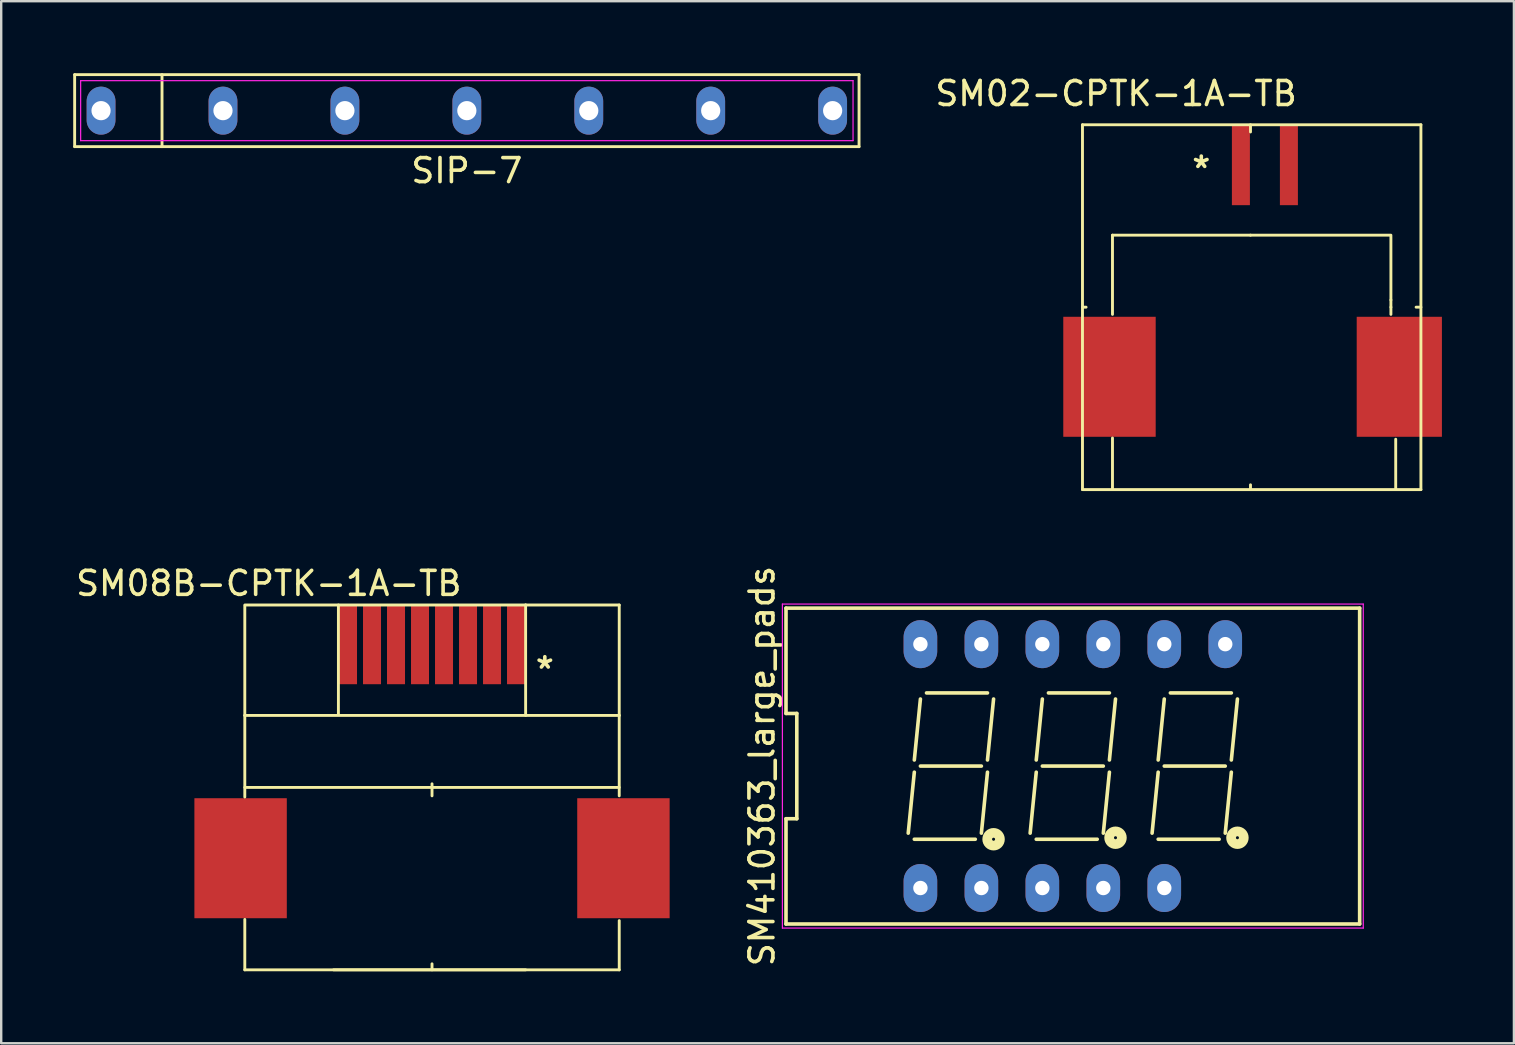
<source format=kicad_pcb>
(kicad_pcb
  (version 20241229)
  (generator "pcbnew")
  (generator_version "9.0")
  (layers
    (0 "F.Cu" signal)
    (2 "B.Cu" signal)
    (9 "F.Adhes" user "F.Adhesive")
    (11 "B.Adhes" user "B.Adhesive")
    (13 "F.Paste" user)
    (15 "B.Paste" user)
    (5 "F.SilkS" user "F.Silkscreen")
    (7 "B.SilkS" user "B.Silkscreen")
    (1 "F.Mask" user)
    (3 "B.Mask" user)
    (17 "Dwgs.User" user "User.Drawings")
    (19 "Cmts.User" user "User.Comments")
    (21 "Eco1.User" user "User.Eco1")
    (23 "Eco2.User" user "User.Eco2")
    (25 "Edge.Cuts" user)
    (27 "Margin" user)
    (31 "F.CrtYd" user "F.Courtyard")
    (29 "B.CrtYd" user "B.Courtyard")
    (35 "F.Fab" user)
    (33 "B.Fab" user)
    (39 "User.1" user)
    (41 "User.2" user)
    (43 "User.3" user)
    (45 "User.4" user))
  (footprint "SM02-CPTK-1A-TB"
    (layer "F.Cu")
    (at 49.099 9.748)
    (property "Reference" "SM02-CPTK-1A-TB" (at -5.65 -8.9 0) (layer "F.SilkS") (effects (font (size 1 1) (thickness 0.15))))
    (attr through_hole)
    (fp_line (start -7.05 -7.6) (end 7.05 -7.6) (stroke (width 0.12) (type solid)) (layer "F.SilkS"))
    (fp_line (start -7.05 0) (end -6.9 0) (stroke (width 0.12) (type solid)) (layer "F.SilkS"))
    (fp_line (start -7.05 7.6) (end -7.05 -7.6) (stroke (width 0.12) (type solid)) (layer "F.SilkS"))
    (fp_line (start -7.05 7.6) (end 7.05 7.6) (stroke (width 0.12) (type solid)) (layer "F.SilkS"))
    (fp_line (start -5.8 0.3) (end -5.8 -3) (stroke (width 0.12) (type solid)) (layer "F.SilkS"))
    (fp_line (start -5.8 5.45) (end -5.8 7.6) (stroke (width 0.12) (type solid)) (layer "F.SilkS"))
    (fp_line (start -0.05 -7.6) (end -0.05 -7.3) (stroke (width 0.12) (type solid)) (layer "F.SilkS"))
    (fp_line (start -0.05 -3) (end -5.8 -3) (stroke (width 0.12) (type solid)) (layer "F.SilkS"))
    (fp_line (start -0.05 -3) (end 5.8 -3) (stroke (width 0.12) (type solid)) (layer "F.SilkS"))
    (fp_line (start -0.05 7.6) (end -0.05 7.4) (stroke (width 0.12) (type solid)) (layer "F.SilkS"))
    (fp_line (start 5.8 -0.3) (end 5.8 -2.95) (stroke (width 0.12) (type solid)) (layer "F.SilkS"))
    (fp_line (start 5.8 0) (end 5.8 -0.3) (stroke (width 0.12) (type solid)) (layer "F.SilkS"))
    (fp_line (start 5.8 0) (end 5.8 0.3) (stroke (width 0.12) (type solid)) (layer "F.SilkS"))
    (fp_line (start 6 7.6) (end 6 5.5) (stroke (width 0.12) (type solid)) (layer "F.SilkS"))
    (fp_line (start 7.05 0) (end 6.85 0) (stroke (width 0.12) (type solid)) (layer "F.SilkS"))
    (fp_line (start 7.05 7.6) (end 7.05 -7.6) (stroke (width 0.12) (type solid)) (layer "F.SilkS"))
    (fp_text user "*" (at -2.1 -5.75 0) (layer "F.SilkS") (effects (font (size 1 1) (thickness 0.15))))
    (pad "1" smd rect (at -0.45 -5.9) (size 0.75 3.3) (layers "F.Cu" "F.Mask" "F.Paste"))
    (pad "2" smd rect (at 1.55 -5.9) (size 0.75 3.3) (layers "F.Cu" "F.Mask" "F.Paste"))
    (pad "MP" smd rect (at -5.925 2.9) (size 3.85 5) (layers "F.Cu" "F.Mask" "F.Paste"))
    (pad "MP" smd rect (at 6.15 2.9) (size 3.55 5) (layers "F.Cu" "F.Mask" "F.Paste")))
  (footprint "SM08B-CPTK-1A-TB"
    (layer "F.Cu")
    (at 14.949 29.756)
    (property "Reference" "SM08B-CPTK-1A-TB" (at -6.8 -8.5 0) (layer "F.SilkS") (effects (font (size 1 1) (thickness 0.15))))
    (attr through_hole)
    (fp_line (start -7.8 -3) (end -7.8 -7.55) (stroke (width 0.12) (type solid)) (layer "F.SilkS"))
    (fp_line (start -7.8 -3) (end 3.9 -3) (stroke (width 0.12) (type solid)) (layer "F.SilkS"))
    (fp_line (start -7.8 0) (end 7.8 0) (stroke (width 0.12) (type solid)) (layer "F.SilkS"))
    (fp_line (start -7.8 0.4) (end -7.8 -3) (stroke (width 0.12) (type solid)) (layer "F.SilkS"))
    (fp_line (start -7.8 7.6) (end -7.8 5.5) (stroke (width 0.12) (type solid)) (layer "F.SilkS"))
    (fp_line (start -3.9 -7.6) (end -3.9 -3.05) (stroke (width 0.12) (type solid)) (layer "F.SilkS"))
    (fp_line (start 0 -0.15) (end 0 0.35) (stroke (width 0.12) (type solid)) (layer "F.SilkS"))
    (fp_line (start 0 7.6) (end 0 7.35) (stroke (width 0.12) (type solid)) (layer "F.SilkS"))
    (fp_line (start 3.9 -7.6) (end -7.8 -7.6) (stroke (width 0.12) (type solid)) (layer "F.SilkS"))
    (fp_line (start 3.9 -7.6) (end 3.9 -3.05) (stroke (width 0.12) (type solid)) (layer "F.SilkS"))
    (fp_line (start 3.9 -7.6) (end 7.8 -7.6) (stroke (width 0.12) (type solid)) (layer "F.SilkS"))
    (fp_line (start 3.9 7.6) (end -4.1 7.6) (stroke (width 0.12) (type solid)) (layer "F.SilkS"))
    (fp_line (start 7.8 -7.6) (end 7.8 -3) (stroke (width 0.12) (type solid)) (layer "F.SilkS"))
    (fp_line (start 7.8 -3) (end 3.9 -3) (stroke (width 0.12) (type solid)) (layer "F.SilkS"))
    (fp_line (start 7.8 0.35) (end 7.8 -3) (stroke (width 0.12) (type solid)) (layer "F.SilkS"))
    (fp_line (start 7.8 7.6) (end -7.8 7.6) (stroke (width 0.12) (type solid)) (layer "F.SilkS"))
    (fp_line (start 7.8 7.6) (end 7.8 5.55) (stroke (width 0.12) (type solid)) (layer "F.SilkS"))
    (fp_text user "*" (at 4.7 -4.9 0) (layer "F.SilkS") (effects (font (size 1 1) (thickness 0.15))))
    (pad "1" smd rect (at 2.5 -5.95) (size 0.75 3.3) (layers "F.Cu" "F.Mask" "F.Paste"))
    (pad "2" smd rect (at 0.5 -5.95) (size 0.75 3.3) (layers "F.Cu" "F.Mask" "F.Paste"))
    (pad "3" smd rect (at -1.5 -5.95) (size 0.75 3.3) (layers "F.Cu" "F.Mask" "F.Paste"))
    (pad "4" smd rect (at -3.5 -5.95) (size 0.75 3.3) (layers "F.Cu" "F.Mask" "F.Paste"))
    (pad "5" smd rect (at 3.5 -5.95) (size 0.75 3.3) (layers "F.Cu" "F.Mask" "F.Paste"))
    (pad "6" smd rect (at 1.5 -5.95) (size 0.75 3.3) (layers "F.Cu" "F.Mask" "F.Paste"))
    (pad "7" smd rect (at -0.5 -5.95) (size 0.75 3.3) (layers "F.Cu" "F.Mask" "F.Paste"))
    (pad "8" smd rect (at -2.5 -5.95) (size 0.75 3.3) (layers "F.Cu" "F.Mask" "F.Paste"))
    (pad "MP" smd rect (at -7.975 2.95) (size 3.85 5) (layers "F.Cu" "F.Mask" "F.Paste"))
    (pad "MP" smd rect (at 7.975 2.95) (size 3.85 5) (layers "F.Cu" "F.Mask" "F.Paste")))
  (footprint "SM410363_large_pads"
    (layer "F.Cu")
    (at 41.647 28.867)
    (property "Reference" "SM410363_large_pads" (at -12.95 0 90) (layer "F.SilkS") (effects (font (size 1 1) (thickness 0.15))))
    (attr through_hole)
    (fp_line (start -11.95 -6.58) (end -11.95 -2.193) (stroke (width 0.15) (type solid)) (layer "F.SilkS"))
    (fp_line (start -11.95 -2.193) (end -11.5 -2.193) (stroke (width 0.15) (type solid)) (layer "F.SilkS"))
    (fp_line (start -11.95 2.193) (end -11.95 6.58) (stroke (width 0.15) (type solid)) (layer "F.SilkS"))
    (fp_line (start -11.95 6.58) (end 11.95 6.58) (stroke (width 0.15) (type solid)) (layer "F.SilkS"))
    (fp_line (start -11.5 -2.193) (end -11.5 2.193) (stroke (width 0.15) (type solid)) (layer "F.SilkS"))
    (fp_line (start -11.5 2.193) (end -11.95 2.193) (stroke (width 0.15) (type solid)) (layer "F.SilkS"))
    (fp_line (start -6.858 2.794) (end -6.604 0.254) (stroke (width 0.15) (type solid)) (layer "F.SilkS"))
    (fp_line (start -6.604 -0.254) (end -6.35 -2.794) (stroke (width 0.15) (type solid)) (layer "F.SilkS"))
    (fp_line (start -6.604 3.048) (end -4.064 3.048) (stroke (width 0.15) (type solid)) (layer "F.SilkS"))
    (fp_line (start -6.35 0) (end -3.81 0) (stroke (width 0.15) (type solid)) (layer "F.SilkS"))
    (fp_line (start -6.096 -3.048) (end -3.556 -3.048) (stroke (width 0.15) (type solid)) (layer "F.SilkS"))
    (fp_line (start -3.81 2.794) (end -3.556 0.254) (stroke (width 0.15) (type solid)) (layer "F.SilkS"))
    (fp_line (start -3.556 -0.254) (end -3.302 -2.794) (stroke (width 0.15) (type solid)) (layer "F.SilkS"))
    (fp_line (start -1.778 2.794) (end -1.524 0.254) (stroke (width 0.15) (type solid)) (layer "F.SilkS"))
    (fp_line (start -1.524 -0.254) (end -1.27 -2.794) (stroke (width 0.15) (type solid)) (layer "F.SilkS"))
    (fp_line (start -1.524 3.048) (end 1.016 3.048) (stroke (width 0.15) (type solid)) (layer "F.SilkS"))
    (fp_line (start -1.27 0) (end 1.27 0) (stroke (width 0.15) (type solid)) (layer "F.SilkS"))
    (fp_line (start -1.016 -3.048) (end 1.524 -3.048) (stroke (width 0.15) (type solid)) (layer "F.SilkS"))
    (fp_line (start 1.27 2.794) (end 1.524 0.254) (stroke (width 0.15) (type solid)) (layer "F.SilkS"))
    (fp_line (start 1.524 -0.254) (end 1.778 -2.794) (stroke (width 0.15) (type solid)) (layer "F.SilkS"))
    (fp_line (start 3.302 2.794) (end 3.556 0.254) (stroke (width 0.15) (type solid)) (layer "F.SilkS"))
    (fp_line (start 3.556 -0.254) (end 3.81 -2.794) (stroke (width 0.15) (type solid)) (layer "F.SilkS"))
    (fp_line (start 3.556 3.048) (end 6.096 3.048) (stroke (width 0.15) (type solid)) (layer "F.SilkS"))
    (fp_line (start 3.81 0) (end 6.35 0) (stroke (width 0.15) (type solid)) (layer "F.SilkS"))
    (fp_line (start 4.064 -3.048) (end 6.604 -3.048) (stroke (width 0.15) (type solid)) (layer "F.SilkS"))
    (fp_line (start 6.35 2.794) (end 6.604 0.254) (stroke (width 0.15) (type solid)) (layer "F.SilkS"))
    (fp_line (start 6.604 -0.254) (end 6.858 -2.794) (stroke (width 0.15) (type solid)) (layer "F.SilkS"))
    (fp_line (start 11.95 -6.58) (end -11.95 -6.58) (stroke (width 0.15) (type solid)) (layer "F.SilkS"))
    (fp_line (start 11.95 6.58) (end 11.95 -6.58) (stroke (width 0.15) (type solid)) (layer "F.SilkS"))
    (fp_circle (center -3.302 3.048) (end -3.239 3.048) (stroke (width 0.404) (type solid)) (fill no) (layer "F.SilkS"))
    (fp_circle (center 1.778 2.985) (end 1.841 2.985) (stroke (width 0.404) (type solid)) (fill no) (layer "F.SilkS"))
    (fp_circle (center 6.858 2.985) (end 6.921 2.985) (stroke (width 0.404) (type solid)) (fill no) (layer "F.SilkS"))
    (fp_line (start -12.1 -6.75) (end 12.1 -6.75) (stroke (width 0.05) (type solid)) (layer "F.CrtYd"))
    (fp_line (start -12.1 6.75) (end -12.1 -6.75) (stroke (width 0.05) (type solid)) (layer "F.CrtYd"))
    (fp_line (start 12.1 -6.75) (end 12.1 6.75) (stroke (width 0.05) (type solid)) (layer "F.CrtYd"))
    (fp_line (start 12.1 6.75) (end -12.1 6.75) (stroke (width 0.05) (type solid)) (layer "F.CrtYd"))
    (pad "1" thru_hole oval (at -6.35 5.08) (size 1.4 2) (drill 0.6) (layers "*.Cu" "*.Mask"))
    (pad "2" thru_hole oval (at -3.81 5.08) (size 1.4 2) (drill 0.6) (layers "*.Cu" "*.Mask"))
    (pad "3" thru_hole oval (at -1.27 5.08) (size 1.4 2) (drill 0.6) (layers "*.Cu" "*.Mask"))
    (pad "4" thru_hole oval (at 1.27 5.08) (size 1.4 2) (drill 0.6) (layers "*.Cu" "*.Mask"))
    (pad "5" thru_hole oval (at 3.81 5.08) (size 1.4 2) (drill 0.6) (layers "*.Cu" "*.Mask"))
    (pad "6" thru_hole oval (at 6.35 -5.08) (size 1.4 2) (drill 0.6) (layers "*.Cu" "*.Mask"))
    (pad "7" thru_hole oval (at 3.81 -5.08) (size 1.4 2) (drill 0.6) (layers "*.Cu" "*.Mask"))
    (pad "8" thru_hole oval (at 1.27 -5.08) (size 1.4 2) (drill 0.6) (layers "*.Cu" "*.Mask"))
    (pad "9" thru_hole oval (at -1.27 -5.08) (size 1.4 2) (drill 0.6) (layers "*.Cu" "*.Mask"))
    (pad "10" thru_hole oval (at -3.81 -5.08) (size 1.4 2) (drill 0.6) (layers "*.Cu" "*.Mask"))
    (pad "11" thru_hole oval (at -6.35 -5.08) (size 1.4 2) (drill 0.6) (layers "*.Cu" "*.Mask")))
  (footprint "SIP-7"
    (layer "F.Cu")
    (at 16.4 1.56)
    (property "Reference" "SIP-7" (at 0 2.5 0) (layer "F.SilkS") (effects (font (size 1 1) (thickness 0.15))))
    (attr through_hole)
    (fp_line (start -16.34 -1.5) (end 16.34 -1.5) (stroke (width 0.12) (type default)) (layer "F.SilkS"))
    (fp_line (start -16.34 1.5) (end -16.34 -1.5) (stroke (width 0.12) (type default)) (layer "F.SilkS"))
    (fp_line (start -12.7 -1.5) (end -12.7 1.5) (stroke (width 0.12) (type default)) (layer "F.SilkS"))
    (fp_line (start 16.34 -1.5) (end 16.34 1.5) (stroke (width 0.12) (type default)) (layer "F.SilkS"))
    (fp_line (start 16.34 1.5) (end -16.34 1.5) (stroke (width 0.12) (type default)) (layer "F.SilkS"))
    (fp_line (start -16.09 -1.25) (end 16.09 -1.25) (stroke (width 0.05) (type default)) (layer "F.CrtYd"))
    (fp_line (start -16.09 1.25) (end -16.09 -1.25) (stroke (width 0.05) (type default)) (layer "F.CrtYd"))
    (fp_line (start 16.09 -1.25) (end 16.09 1.25) (stroke (width 0.05) (type default)) (layer "F.CrtYd"))
    (fp_line (start 16.09 1.25) (end -16.09 1.25) (stroke (width 0.05) (type default)) (layer "F.CrtYd"))
    (pad "1" thru_hole oval (at -15.24 0) (size 1.2 2) (drill 0.8) (layers "*.Cu" "*.Mask"))
    (pad "2" thru_hole oval (at -10.16 0) (size 1.2 2) (drill 0.8) (layers "*.Cu" "*.Mask"))
    (pad "3" thru_hole oval (at -5.08 0) (size 1.2 2) (drill 0.8) (layers "*.Cu" "*.Mask"))
    (pad "4" thru_hole oval (at 0 0) (size 1.2 2) (drill 0.8) (layers "*.Cu" "*.Mask"))
    (pad "5" thru_hole oval (at 5.08 0) (size 1.2 2) (drill 0.8) (layers "*.Cu" "*.Mask"))
    (pad "6" thru_hole oval (at 10.16 0) (size 1.2 2) (drill 0.8) (layers "*.Cu" "*.Mask"))
    (pad "7" thru_hole oval (at 15.24 0) (size 1.2 2) (drill 0.8) (layers "*.Cu" "*.Mask")))
  (gr_rect
    (start -3 -3)
    (end 60.024 40.416)
    (stroke (width 0.1) (type default))
    (fill no)
    (layer "Edge.Cuts")))
</source>
